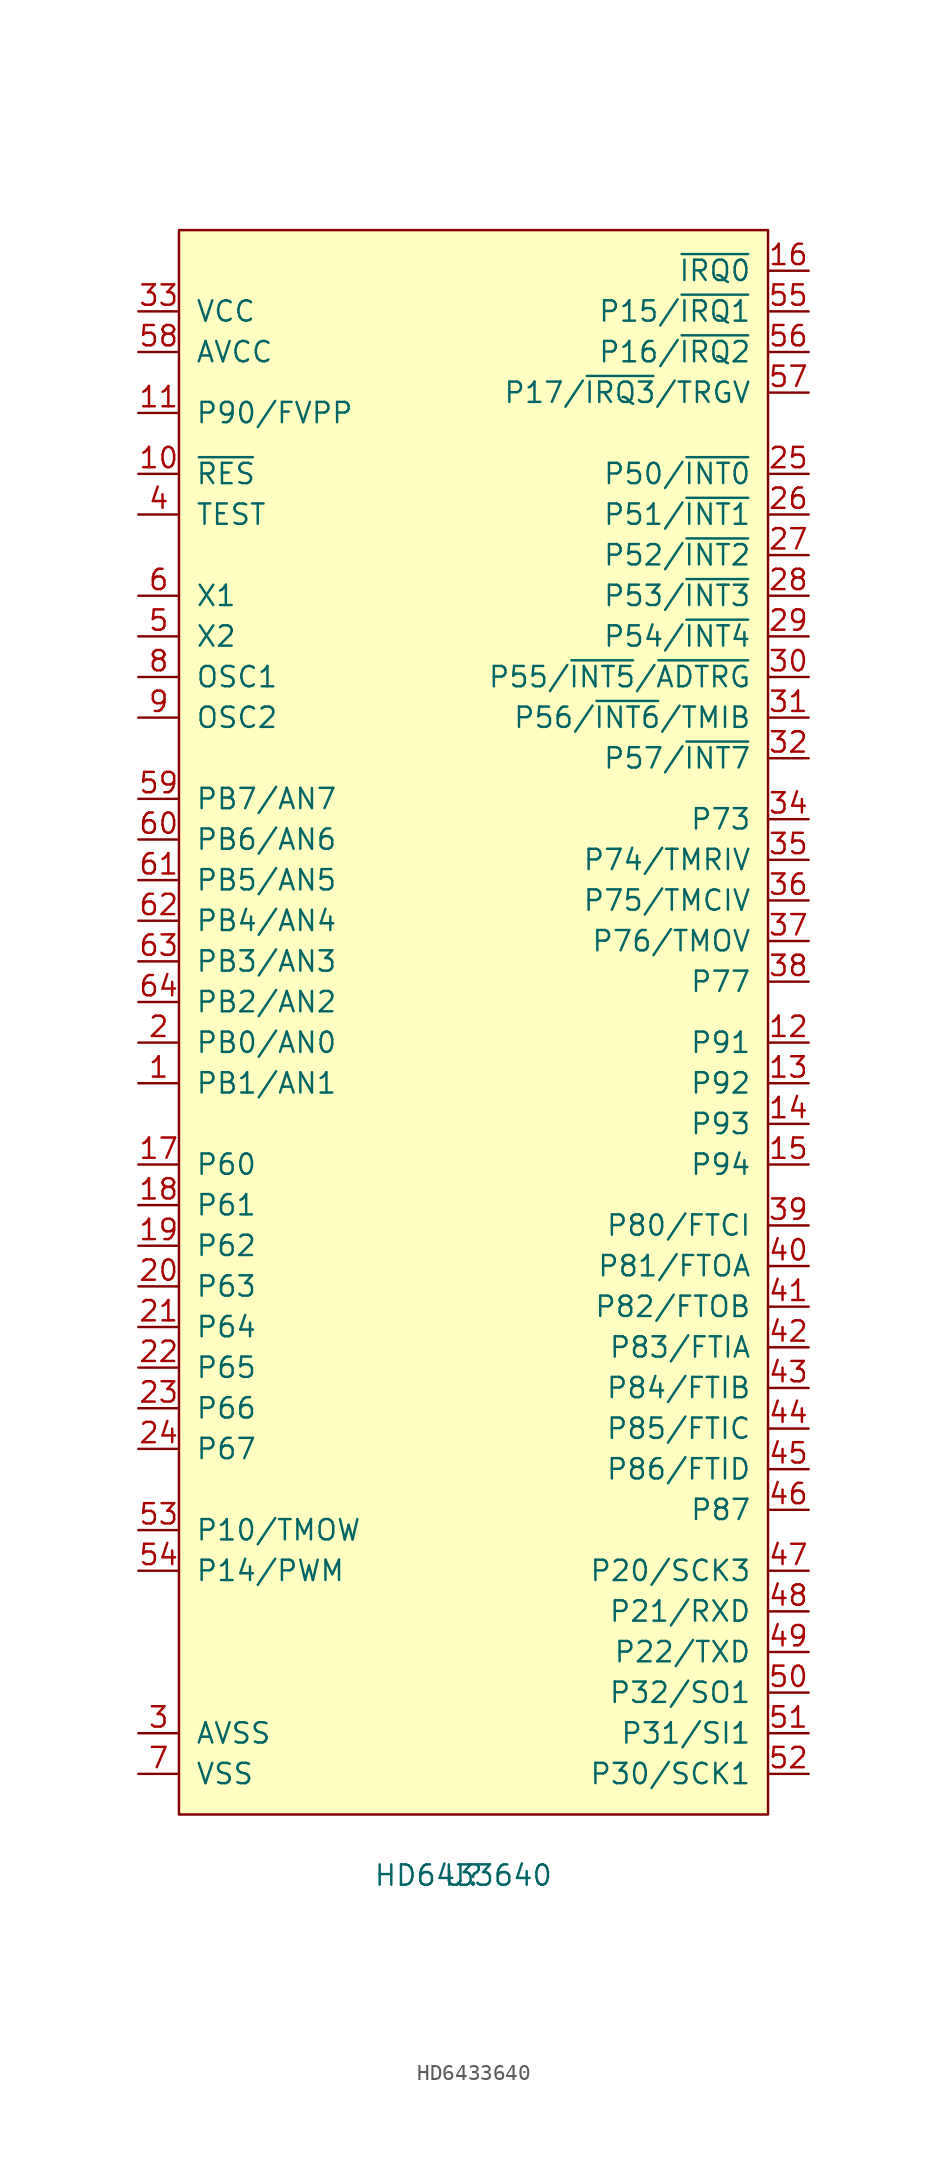
<source format=kicad_sym>
(kicad_symbol_lib
  (version 20211014)
  (generator kicad_symbol_editor)
  (symbol "HD6433640"
    (pin_names
      (offset 1.016))
    (property "Reference" "U"
      (at -1.27 -49.53 0)
      (effects (font (size 1.27 1.27))))
    (property "Value" "HD6433640"
      (at -1.27 -49.53 0)
      (effects (font (size 1.27 1.27))))
    (symbol "HD6433640_0_1"
      (rectangle (start -19.05 53.34) (end 17.78 -45.72) (stroke (width 0) (type default) (color 0 0 0 0)) (fill (type background))))
    (symbol "HD6433640_1_1"
      (pin bidirectional line (at -21.59 0 0) (length 2.54) (name "PB1/AN1" (effects (font (size 1.27 1.27)))) (number "1" (effects (font (size 1.27 1.27)))))
      (pin input line (at -21.59 38.1 0) (length 2.54) (name "~{RES}" (effects (font (size 1.27 1.27)))) (number "10" (effects (font (size 1.27 1.27)))))
      (pin input line (at -21.59 41.91 0) (length 2.54) (name "P90/FVPP" (effects (font (size 1.27 1.27)))) (number "11" (effects (font (size 1.27 1.27)))))
      (pin bidirectional line (at 20.32 2.54 180) (length 2.54) (name "P91" (effects (font (size 1.27 1.27)))) (number "12" (effects (font (size 1.27 1.27)))))
      (pin bidirectional line (at 20.32 0 180) (length 2.54) (name "P92" (effects (font (size 1.27 1.27)))) (number "13" (effects (font (size 1.27 1.27)))))
      (pin bidirectional line (at 20.32 -2.54 180) (length 2.54) (name "P93" (effects (font (size 1.27 1.27)))) (number "14" (effects (font (size 1.27 1.27)))))
      (pin bidirectional line (at 20.32 -5.08 180) (length 2.54) (name "P94" (effects (font (size 1.27 1.27)))) (number "15" (effects (font (size 1.27 1.27)))))
      (pin bidirectional line (at 20.32 50.8 180) (length 2.54) (name "~{IRQ0}" (effects (font (size 1.27 1.27)))) (number "16" (effects (font (size 1.27 1.27)))))
      (pin bidirectional line (at -21.59 -5.08 0) (length 2.54) (name "P60" (effects (font (size 1.27 1.27)))) (number "17" (effects (font (size 1.27 1.27)))))
      (pin bidirectional line (at -21.59 -7.62 0) (length 2.54) (name "P61" (effects (font (size 1.27 1.27)))) (number "18" (effects (font (size 1.27 1.27)))))
      (pin bidirectional line (at -21.59 -10.16 0) (length 2.54) (name "P62" (effects (font (size 1.27 1.27)))) (number "19" (effects (font (size 1.27 1.27)))))
      (pin bidirectional line (at -21.59 2.54 0) (length 2.54) (name "PB0/AN0" (effects (font (size 1.27 1.27)))) (number "2" (effects (font (size 1.27 1.27)))))
      (pin bidirectional line (at -21.59 -12.7 0) (length 2.54) (name "P63" (effects (font (size 1.27 1.27)))) (number "20" (effects (font (size 1.27 1.27)))))
      (pin bidirectional line (at -21.59 -15.24 0) (length 2.54) (name "P64" (effects (font (size 1.27 1.27)))) (number "21" (effects (font (size 1.27 1.27)))))
      (pin bidirectional line (at -21.59 -17.78 0) (length 2.54) (name "P65" (effects (font (size 1.27 1.27)))) (number "22" (effects (font (size 1.27 1.27)))))
      (pin bidirectional line (at -21.59 -20.32 0) (length 2.54) (name "P66" (effects (font (size 1.27 1.27)))) (number "23" (effects (font (size 1.27 1.27)))))
      (pin bidirectional line (at -21.59 -22.86 0) (length 2.54) (name "P67" (effects (font (size 1.27 1.27)))) (number "24" (effects (font (size 1.27 1.27)))))
      (pin bidirectional line (at 20.32 38.1 180) (length 2.54) (name "P50/~{INT0}" (effects (font (size 1.27 1.27)))) (number "25" (effects (font (size 1.27 1.27)))))
      (pin bidirectional line (at 20.32 35.56 180) (length 2.54) (name "P51/~{INT1}" (effects (font (size 1.27 1.27)))) (number "26" (effects (font (size 1.27 1.27)))))
      (pin bidirectional line (at 20.32 33.02 180) (length 2.54) (name "P52/~{INT2}" (effects (font (size 1.27 1.27)))) (number "27" (effects (font (size 1.27 1.27)))))
      (pin bidirectional line (at 20.32 30.48 180) (length 2.54) (name "P53/~{INT3}" (effects (font (size 1.27 1.27)))) (number "28" (effects (font (size 1.27 1.27)))))
      (pin bidirectional line (at 20.32 27.94 180) (length 2.54) (name "P54/~{INT4}" (effects (font (size 1.27 1.27)))) (number "29" (effects (font (size 1.27 1.27)))))
      (pin power_in line (at -21.59 -40.64 0) (length 2.54) (name "AVSS" (effects (font (size 1.27 1.27)))) (number "3" (effects (font (size 1.27 1.27)))))
      (pin bidirectional line (at 20.32 25.4 180) (length 2.54) (name "P55/~{INT5}/~{ADTRG}" (effects (font (size 1.27 1.27)))) (number "30" (effects (font (size 1.27 1.27)))))
      (pin bidirectional line (at 20.32 22.86 180) (length 2.54) (name "P56/~{INT6}/TMIB" (effects (font (size 1.27 1.27)))) (number "31" (effects (font (size 1.27 1.27)))))
      (pin bidirectional line (at 20.32 20.32 180) (length 2.54) (name "P57/~{INT7}" (effects (font (size 1.27 1.27)))) (number "32" (effects (font (size 1.27 1.27)))))
      (pin power_in line (at -21.59 48.26 0) (length 2.54) (name "VCC" (effects (font (size 1.27 1.27)))) (number "33" (effects (font (size 1.27 1.27)))))
      (pin bidirectional line (at 20.32 16.51 180) (length 2.54) (name "P73" (effects (font (size 1.27 1.27)))) (number "34" (effects (font (size 1.27 1.27)))))
      (pin bidirectional line (at 20.32 13.97 180) (length 2.54) (name "P74/TMRIV" (effects (font (size 1.27 1.27)))) (number "35" (effects (font (size 1.27 1.27)))))
      (pin bidirectional line (at 20.32 11.43 180) (length 2.54) (name "P75/TMCIV" (effects (font (size 1.27 1.27)))) (number "36" (effects (font (size 1.27 1.27)))))
      (pin bidirectional line (at 20.32 8.89 180) (length 2.54) (name "P76/TMOV" (effects (font (size 1.27 1.27)))) (number "37" (effects (font (size 1.27 1.27)))))
      (pin bidirectional line (at 20.32 6.35 180) (length 2.54) (name "P77" (effects (font (size 1.27 1.27)))) (number "38" (effects (font (size 1.27 1.27)))))
      (pin bidirectional line (at 20.32 -8.89 180) (length 2.54) (name "P80/FTCI" (effects (font (size 1.27 1.27)))) (number "39" (effects (font (size 1.27 1.27)))))
      (pin input line (at -21.59 35.56 0) (length 2.54) (name "TEST" (effects (font (size 1.27 1.27)))) (number "4" (effects (font (size 1.27 1.27)))))
      (pin bidirectional line (at 20.32 -11.43 180) (length 2.54) (name "P81/FTOA" (effects (font (size 1.27 1.27)))) (number "40" (effects (font (size 1.27 1.27)))))
      (pin bidirectional line (at 20.32 -13.97 180) (length 2.54) (name "P82/FTOB" (effects (font (size 1.27 1.27)))) (number "41" (effects (font (size 1.27 1.27)))))
      (pin bidirectional line (at 20.32 -16.51 180) (length 2.54) (name "P83/FTIA" (effects (font (size 1.27 1.27)))) (number "42" (effects (font (size 1.27 1.27)))))
      (pin bidirectional line (at 20.32 -19.05 180) (length 2.54) (name "P84/FTIB" (effects (font (size 1.27 1.27)))) (number "43" (effects (font (size 1.27 1.27)))))
      (pin bidirectional line (at 20.32 -21.59 180) (length 2.54) (name "P85/FTIC" (effects (font (size 1.27 1.27)))) (number "44" (effects (font (size 1.27 1.27)))))
      (pin bidirectional line (at 20.32 -24.13 180) (length 2.54) (name "P86/FTID" (effects (font (size 1.27 1.27)))) (number "45" (effects (font (size 1.27 1.27)))))
      (pin bidirectional line (at 20.32 -26.67 180) (length 2.54) (name "P87" (effects (font (size 1.27 1.27)))) (number "46" (effects (font (size 1.27 1.27)))))
      (pin bidirectional line (at 20.32 -30.48 180) (length 2.54) (name "P20/SCK3" (effects (font (size 1.27 1.27)))) (number "47" (effects (font (size 1.27 1.27)))))
      (pin bidirectional line (at 20.32 -33.02 180) (length 2.54) (name "P21/RXD" (effects (font (size 1.27 1.27)))) (number "48" (effects (font (size 1.27 1.27)))))
      (pin bidirectional line (at 20.32 -35.56 180) (length 2.54) (name "P22/TXD" (effects (font (size 1.27 1.27)))) (number "49" (effects (font (size 1.27 1.27)))))
      (pin input line (at -21.59 27.94 0) (length 2.54) (name "X2" (effects (font (size 1.27 1.27)))) (number "5" (effects (font (size 1.27 1.27)))))
      (pin bidirectional line (at 20.32 -38.1 180) (length 2.54) (name "P32/SO1" (effects (font (size 1.27 1.27)))) (number "50" (effects (font (size 1.27 1.27)))))
      (pin bidirectional line (at 20.32 -40.64 180) (length 2.54) (name "P31/SI1" (effects (font (size 1.27 1.27)))) (number "51" (effects (font (size 1.27 1.27)))))
      (pin bidirectional line (at 20.32 -43.18 180) (length 2.54) (name "P30/SCK1" (effects (font (size 1.27 1.27)))) (number "52" (effects (font (size 1.27 1.27)))))
      (pin bidirectional line (at -21.59 -27.94 0) (length 2.54) (name "P10/TMOW" (effects (font (size 1.27 1.27)))) (number "53" (effects (font (size 1.27 1.27)))))
      (pin bidirectional line (at -21.59 -30.48 0) (length 2.54) (name "P14/PWM" (effects (font (size 1.27 1.27)))) (number "54" (effects (font (size 1.27 1.27)))))
      (pin bidirectional line (at 20.32 48.26 180) (length 2.54) (name "P15/~{IRQ1}" (effects (font (size 1.27 1.27)))) (number "55" (effects (font (size 1.27 1.27)))))
      (pin bidirectional line (at 20.32 45.72 180) (length 2.54) (name "P16/~{IRQ2}" (effects (font (size 1.27 1.27)))) (number "56" (effects (font (size 1.27 1.27)))))
      (pin bidirectional line (at 20.32 43.18 180) (length 2.54) (name "P17/~{IRQ3}/TRGV" (effects (font (size 1.27 1.27)))) (number "57" (effects (font (size 1.27 1.27)))))
      (pin power_in line (at -21.59 45.72 0) (length 2.54) (name "AVCC" (effects (font (size 1.27 1.27)))) (number "58" (effects (font (size 1.27 1.27)))))
      (pin bidirectional line (at -21.59 17.78 0) (length 2.54) (name "PB7/AN7" (effects (font (size 1.27 1.27)))) (number "59" (effects (font (size 1.27 1.27)))))
      (pin input line (at -21.59 30.48 0) (length 2.54) (name "X1" (effects (font (size 1.27 1.27)))) (number "6" (effects (font (size 1.27 1.27)))))
      (pin bidirectional line (at -21.59 15.24 0) (length 2.54) (name "PB6/AN6" (effects (font (size 1.27 1.27)))) (number "60" (effects (font (size 1.27 1.27)))))
      (pin bidirectional line (at -21.59 12.7 0) (length 2.54) (name "PB5/AN5" (effects (font (size 1.27 1.27)))) (number "61" (effects (font (size 1.27 1.27)))))
      (pin bidirectional line (at -21.59 10.16 0) (length 2.54) (name "PB4/AN4" (effects (font (size 1.27 1.27)))) (number "62" (effects (font (size 1.27 1.27)))))
      (pin bidirectional line (at -21.59 7.62 0) (length 2.54) (name "PB3/AN3" (effects (font (size 1.27 1.27)))) (number "63" (effects (font (size 1.27 1.27)))))
      (pin bidirectional line (at -21.59 5.08 0) (length 2.54) (name "PB2/AN2" (effects (font (size 1.27 1.27)))) (number "64" (effects (font (size 1.27 1.27)))))
      (pin power_in line (at -21.59 -43.18 0) (length 2.54) (name "VSS" (effects (font (size 1.27 1.27)))) (number "7" (effects (font (size 1.27 1.27)))))
      (pin input line (at -21.59 25.4 0) (length 2.54) (name "OSC1" (effects (font (size 1.27 1.27)))) (number "8" (effects (font (size 1.27 1.27)))))
      (pin input line (at -21.59 22.86 0) (length 2.54) (name "OSC2" (effects (font (size 1.27 1.27)))) (number "9" (effects (font (size 1.27 1.27))))))))
</source>
